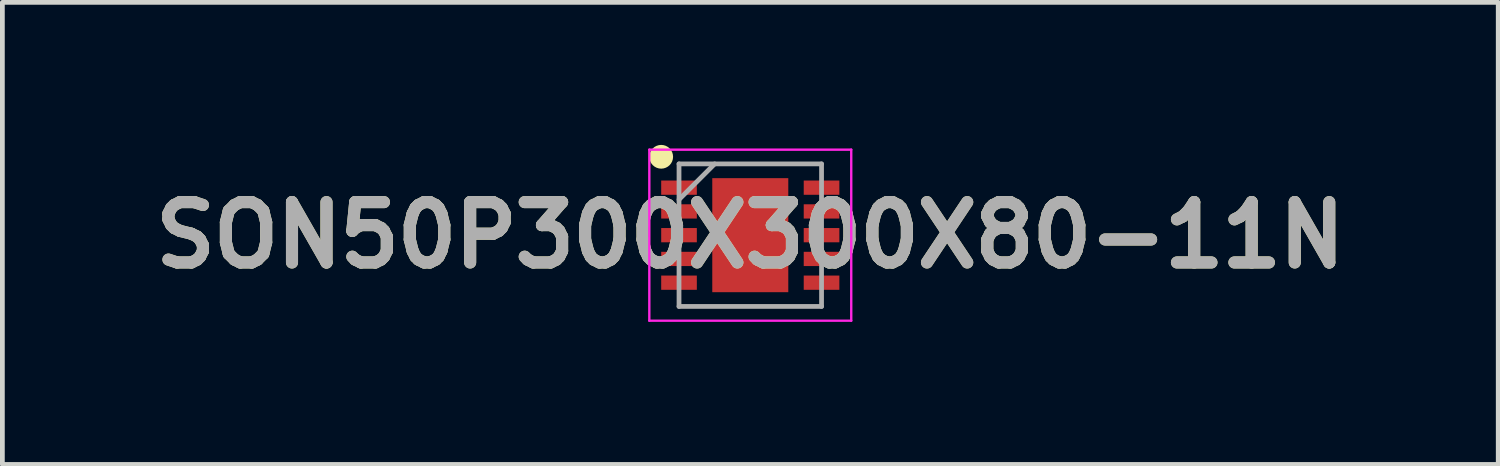
<source format=kicad_pcb>
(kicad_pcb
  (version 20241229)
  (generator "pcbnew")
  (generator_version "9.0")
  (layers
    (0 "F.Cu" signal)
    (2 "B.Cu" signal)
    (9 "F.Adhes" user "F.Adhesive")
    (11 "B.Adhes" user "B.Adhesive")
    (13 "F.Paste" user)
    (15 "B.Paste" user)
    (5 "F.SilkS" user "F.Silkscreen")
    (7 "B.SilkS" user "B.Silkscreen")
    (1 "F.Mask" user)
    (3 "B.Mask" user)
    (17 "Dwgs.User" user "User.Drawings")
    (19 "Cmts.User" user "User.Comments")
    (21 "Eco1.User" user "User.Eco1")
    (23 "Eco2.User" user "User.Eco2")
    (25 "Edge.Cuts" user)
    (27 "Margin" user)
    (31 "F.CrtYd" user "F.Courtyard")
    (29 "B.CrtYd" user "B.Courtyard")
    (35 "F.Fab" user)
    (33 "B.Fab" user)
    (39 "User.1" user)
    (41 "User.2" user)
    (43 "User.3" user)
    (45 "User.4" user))
  (footprint "SON50P300X300X80-11N"
    (layer "F.Cu")
    (at 12.742 1.9)
    (property "Reference" "SON50P300X300X80-11N" (at 0 0 0) (layer "F.SilkS") (effects (font (size 1.27 1.27) (thickness 0.254))))
    (attr smd)
    (fp_circle (center -1.875 -1.65) (end -1.875 -1.525) (stroke (width 0.25) (type solid)) (fill no) (layer "F.SilkS"))
    (fp_line (start -2.125 -1.8) (end 2.125 -1.8) (stroke (width 0.05) (type solid)) (layer "F.CrtYd"))
    (fp_line (start -2.125 1.8) (end -2.125 -1.8) (stroke (width 0.05) (type solid)) (layer "F.CrtYd"))
    (fp_line (start 2.125 -1.8) (end 2.125 1.8) (stroke (width 0.05) (type solid)) (layer "F.CrtYd"))
    (fp_line (start 2.125 1.8) (end -2.125 1.8) (stroke (width 0.05) (type solid)) (layer "F.CrtYd"))
    (fp_line (start -1.5 -1.5) (end 1.5 -1.5) (stroke (width 0.1) (type solid)) (layer "F.Fab"))
    (fp_line (start -1.5 -0.75) (end -0.75 -1.5) (stroke (width 0.1) (type solid)) (layer "F.Fab"))
    (fp_line (start -1.5 1.5) (end -1.5 -1.5) (stroke (width 0.1) (type solid)) (layer "F.Fab"))
    (fp_line (start 1.5 -1.5) (end 1.5 1.5) (stroke (width 0.1) (type solid)) (layer "F.Fab"))
    (fp_line (start 1.5 1.5) (end -1.5 1.5) (stroke (width 0.1) (type solid)) (layer "F.Fab"))
    (fp_text user "${REFERENCE}" (at 0 0 0) (layer "F.Fab") (effects (font (size 1.27 1.27) (thickness 0.254))))
    (pad "1" smd rect (at -1.5 -1 90) (size 0.3 0.75) (layers "F.Cu" "F.Mask" "F.Paste"))
    (pad "2" smd rect (at -1.5 -0.5 90) (size 0.3 0.75) (layers "F.Cu" "F.Mask" "F.Paste"))
    (pad "3" smd rect (at -1.5 0 90) (size 0.3 0.75) (layers "F.Cu" "F.Mask" "F.Paste"))
    (pad "4" smd rect (at -1.5 0.5 90) (size 0.3 0.75) (layers "F.Cu" "F.Mask" "F.Paste"))
    (pad "5" smd rect (at -1.5 1 90) (size 0.3 0.75) (layers "F.Cu" "F.Mask" "F.Paste"))
    (pad "6" smd rect (at 1.5 1 90) (size 0.3 0.75) (layers "F.Cu" "F.Mask" "F.Paste"))
    (pad "7" smd rect (at 1.5 0.5 90) (size 0.3 0.75) (layers "F.Cu" "F.Mask" "F.Paste"))
    (pad "8" smd rect (at 1.5 0 90) (size 0.3 0.75) (layers "F.Cu" "F.Mask" "F.Paste"))
    (pad "9" smd rect (at 1.5 -0.5 90) (size 0.3 0.75) (layers "F.Cu" "F.Mask" "F.Paste"))
    (pad "10" smd rect (at 1.5 -1 90) (size 0.3 0.75) (layers "F.Cu" "F.Mask" "F.Paste"))
    (pad "11" smd rect (at 0 0) (size 1.6 2.4) (layers "F.Cu" "F.Mask" "F.Paste")))
  (gr_rect
    (start -3 -3)
    (end 28.485 6.725)
    (stroke (width 0.1) (type default))
    (fill no)
    (layer "Edge.Cuts")))
</source>
